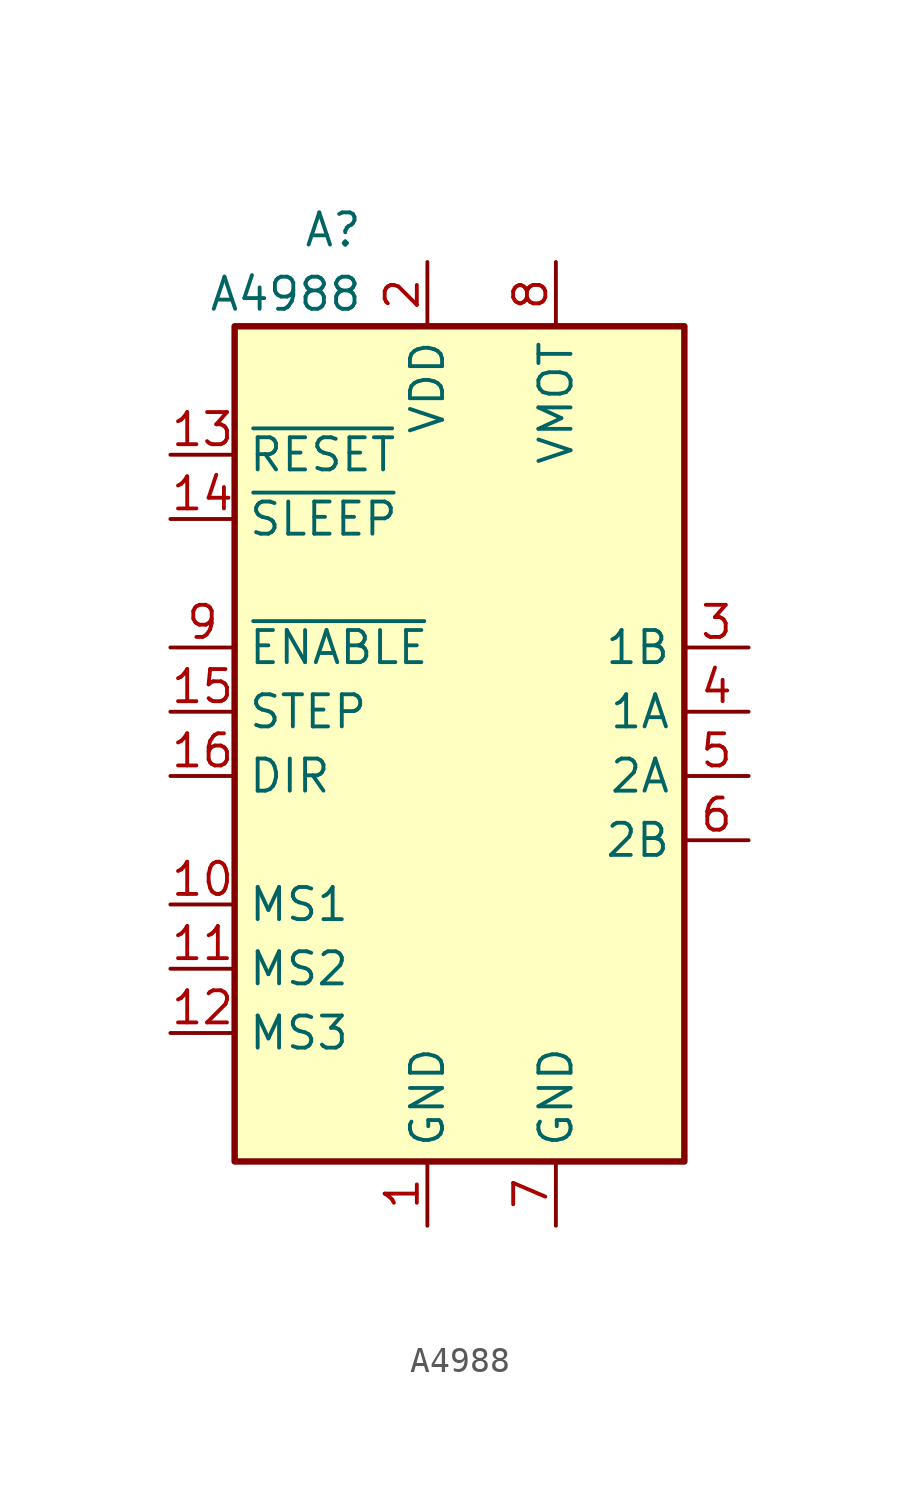
<source format=kicad_sym>
(kicad_symbol_lib
  (version 20231120)
  (generator "kicad_symbol_editor")
  (generator_version "8.0")
  (symbol "A4988"
    (property "Reference" "A"
      (at -2.54 19.05 0)
      (effects (font (size 1.27 1.27)) (justify right)))
    (property "Value" "A4988"
      (at -2.54 16.51 0)
      (effects (font (size 1.27 1.27)) (justify right)))
    (symbol "A4988_0_1"
      (rectangle (start 10.16 -17.78) (end -7.62 15.24) (stroke (width 0.254) (type default)) (fill (type background))))
    (symbol "A4988_1_1"
      (pin power_in line (at 0 -20.32 90) (length 2.54) (name "GND" (effects (font (size 1.27 1.27)))) (number "1" (effects (font (size 1.27 1.27)))))
      (pin input line (at -10.16 -7.62 0) (length 2.54) (name "MS1" (effects (font (size 1.27 1.27)))) (number "10" (effects (font (size 1.27 1.27)))))
      (pin input line (at -10.16 -10.16 0) (length 2.54) (name "MS2" (effects (font (size 1.27 1.27)))) (number "11" (effects (font (size 1.27 1.27)))))
      (pin input line (at -10.16 -12.7 0) (length 2.54) (name "MS3" (effects (font (size 1.27 1.27)))) (number "12" (effects (font (size 1.27 1.27)))))
      (pin output line (at -10.16 10.16 0) (length 2.54) (name "~{RESET}" (effects (font (size 1.27 1.27)))) (number "13" (effects (font (size 1.27 1.27)))))
      (pin input line (at -10.16 7.62 0) (length 2.54) (name "~{SLEEP}" (effects (font (size 1.27 1.27)))) (number "14" (effects (font (size 1.27 1.27)))))
      (pin input line (at -10.16 0 0) (length 2.54) (name "STEP" (effects (font (size 1.27 1.27)))) (number "15" (effects (font (size 1.27 1.27)))))
      (pin input line (at -10.16 -2.54 0) (length 2.54) (name "DIR" (effects (font (size 1.27 1.27)))) (number "16" (effects (font (size 1.27 1.27)))))
      (pin power_in line (at 0 17.78 270) (length 2.54) (name "VDD" (effects (font (size 1.27 1.27)))) (number "2" (effects (font (size 1.27 1.27)))))
      (pin output line (at 12.7 2.54 180) (length 2.54) (name "1B" (effects (font (size 1.27 1.27)))) (number "3" (effects (font (size 1.27 1.27)))))
      (pin output line (at 12.7 0 180) (length 2.54) (name "1A" (effects (font (size 1.27 1.27)))) (number "4" (effects (font (size 1.27 1.27)))))
      (pin output line (at 12.7 -2.54 180) (length 2.54) (name "2A" (effects (font (size 1.27 1.27)))) (number "5" (effects (font (size 1.27 1.27)))))
      (pin output line (at 12.7 -5.08 180) (length 2.54) (name "2B" (effects (font (size 1.27 1.27)))) (number "6" (effects (font (size 1.27 1.27)))))
      (pin power_in line (at 5.08 -20.32 90) (length 2.54) (name "GND" (effects (font (size 1.27 1.27)))) (number "7" (effects (font (size 1.27 1.27)))))
      (pin power_in line (at 5.08 17.78 270) (length 2.54) (name "VMOT" (effects (font (size 1.27 1.27)))) (number "8" (effects (font (size 1.27 1.27)))))
      (pin input line (at -10.16 2.54 0) (length 2.54) (name "~{ENABLE}" (effects (font (size 1.27 1.27)))) (number "9" (effects (font (size 1.27 1.27))))))))
</source>
